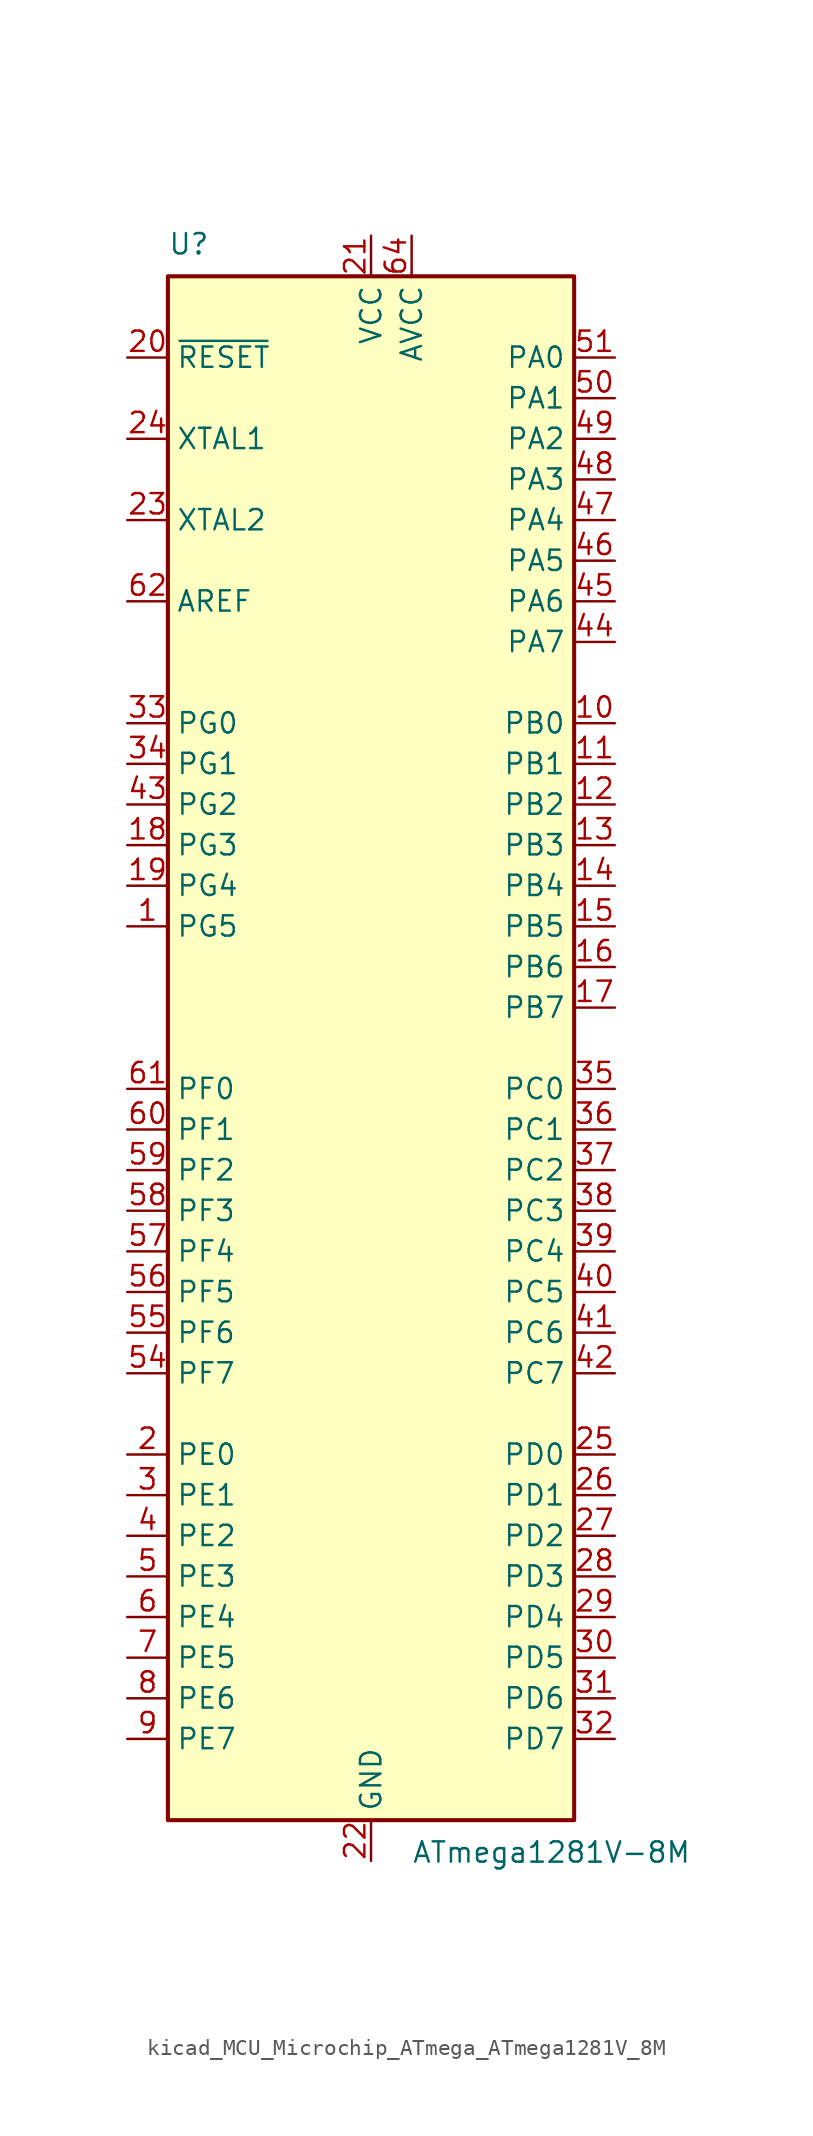
<source format=kicad_sym>
(kicad_symbol_lib
  (version 20220914)
  (generator kicad_symbol_editor)
  (symbol "kicad_MCU_Microchip_ATmega_ATmega1281V_8M"
    (property "Reference" "U"
      (at -12.7 49.53 0)
      (effects (font (size 1.27 1.27)) (justify left bottom)))
    (property "Value" "ATmega1281V-8M"
      (at 2.54 -49.53 0)
      (effects (font (size 1.27 1.27)) (justify left top)))
    (symbol "kicad_MCU_Microchip_ATmega_ATmega1281V_8M_0_1"
      (rectangle (start -12.7 -48.26) (end 12.7 48.26) (stroke (width 0.254) (type default)) (fill (type background))))
    (symbol "kicad_MCU_Microchip_ATmega_ATmega1281V_8M_1_1"
      (pin bidirectional line (at -15.24 7.62 0) (length 2.54) (name "PG5" (effects (font (size 1.27 1.27)))) (number "1" (effects (font (size 1.27 1.27)))))
      (pin bidirectional line (at 15.24 20.32 180) (length 2.54) (name "PB0" (effects (font (size 1.27 1.27)))) (number "10" (effects (font (size 1.27 1.27)))))
      (pin bidirectional line (at 15.24 17.78 180) (length 2.54) (name "PB1" (effects (font (size 1.27 1.27)))) (number "11" (effects (font (size 1.27 1.27)))))
      (pin bidirectional line (at 15.24 15.24 180) (length 2.54) (name "PB2" (effects (font (size 1.27 1.27)))) (number "12" (effects (font (size 1.27 1.27)))))
      (pin bidirectional line (at 15.24 12.7 180) (length 2.54) (name "PB3" (effects (font (size 1.27 1.27)))) (number "13" (effects (font (size 1.27 1.27)))))
      (pin bidirectional line (at 15.24 10.16 180) (length 2.54) (name "PB4" (effects (font (size 1.27 1.27)))) (number "14" (effects (font (size 1.27 1.27)))))
      (pin bidirectional line (at 15.24 7.62 180) (length 2.54) (name "PB5" (effects (font (size 1.27 1.27)))) (number "15" (effects (font (size 1.27 1.27)))))
      (pin bidirectional line (at 15.24 5.08 180) (length 2.54) (name "PB6" (effects (font (size 1.27 1.27)))) (number "16" (effects (font (size 1.27 1.27)))))
      (pin bidirectional line (at 15.24 2.54 180) (length 2.54) (name "PB7" (effects (font (size 1.27 1.27)))) (number "17" (effects (font (size 1.27 1.27)))))
      (pin bidirectional line (at -15.24 12.7 0) (length 2.54) (name "PG3" (effects (font (size 1.27 1.27)))) (number "18" (effects (font (size 1.27 1.27)))))
      (pin bidirectional line (at -15.24 10.16 0) (length 2.54) (name "PG4" (effects (font (size 1.27 1.27)))) (number "19" (effects (font (size 1.27 1.27)))))
      (pin bidirectional line (at -15.24 -25.4 0) (length 2.54) (name "PE0" (effects (font (size 1.27 1.27)))) (number "2" (effects (font (size 1.27 1.27)))))
      (pin input line (at -15.24 43.18 0) (length 2.54) (name "~{RESET}" (effects (font (size 1.27 1.27)))) (number "20" (effects (font (size 1.27 1.27)))))
      (pin power_in line (at 0 50.8 270) (length 2.54) (name "VCC" (effects (font (size 1.27 1.27)))) (number "21" (effects (font (size 1.27 1.27)))))
      (pin power_in line (at 0 -50.8 90) (length 2.54) (name "GND" (effects (font (size 1.27 1.27)))) (number "22" (effects (font (size 1.27 1.27)))))
      (pin output line (at -15.24 33.02 0) (length 2.54) (name "XTAL2" (effects (font (size 1.27 1.27)))) (number "23" (effects (font (size 1.27 1.27)))))
      (pin input line (at -15.24 38.1 0) (length 2.54) (name "XTAL1" (effects (font (size 1.27 1.27)))) (number "24" (effects (font (size 1.27 1.27)))))
      (pin bidirectional line (at 15.24 -25.4 180) (length 2.54) (name "PD0" (effects (font (size 1.27 1.27)))) (number "25" (effects (font (size 1.27 1.27)))))
      (pin bidirectional line (at 15.24 -27.94 180) (length 2.54) (name "PD1" (effects (font (size 1.27 1.27)))) (number "26" (effects (font (size 1.27 1.27)))))
      (pin bidirectional line (at 15.24 -30.48 180) (length 2.54) (name "PD2" (effects (font (size 1.27 1.27)))) (number "27" (effects (font (size 1.27 1.27)))))
      (pin bidirectional line (at 15.24 -33.02 180) (length 2.54) (name "PD3" (effects (font (size 1.27 1.27)))) (number "28" (effects (font (size 1.27 1.27)))))
      (pin bidirectional line (at 15.24 -35.56 180) (length 2.54) (name "PD4" (effects (font (size 1.27 1.27)))) (number "29" (effects (font (size 1.27 1.27)))))
      (pin bidirectional line (at -15.24 -27.94 0) (length 2.54) (name "PE1" (effects (font (size 1.27 1.27)))) (number "3" (effects (font (size 1.27 1.27)))))
      (pin bidirectional line (at 15.24 -38.1 180) (length 2.54) (name "PD5" (effects (font (size 1.27 1.27)))) (number "30" (effects (font (size 1.27 1.27)))))
      (pin bidirectional line (at 15.24 -40.64 180) (length 2.54) (name "PD6" (effects (font (size 1.27 1.27)))) (number "31" (effects (font (size 1.27 1.27)))))
      (pin bidirectional line (at 15.24 -43.18 180) (length 2.54) (name "PD7" (effects (font (size 1.27 1.27)))) (number "32" (effects (font (size 1.27 1.27)))))
      (pin bidirectional line (at -15.24 20.32 0) (length 2.54) (name "PG0" (effects (font (size 1.27 1.27)))) (number "33" (effects (font (size 1.27 1.27)))))
      (pin bidirectional line (at -15.24 17.78 0) (length 2.54) (name "PG1" (effects (font (size 1.27 1.27)))) (number "34" (effects (font (size 1.27 1.27)))))
      (pin bidirectional line (at 15.24 -2.54 180) (length 2.54) (name "PC0" (effects (font (size 1.27 1.27)))) (number "35" (effects (font (size 1.27 1.27)))))
      (pin bidirectional line (at 15.24 -5.08 180) (length 2.54) (name "PC1" (effects (font (size 1.27 1.27)))) (number "36" (effects (font (size 1.27 1.27)))))
      (pin bidirectional line (at 15.24 -7.62 180) (length 2.54) (name "PC2" (effects (font (size 1.27 1.27)))) (number "37" (effects (font (size 1.27 1.27)))))
      (pin bidirectional line (at 15.24 -10.16 180) (length 2.54) (name "PC3" (effects (font (size 1.27 1.27)))) (number "38" (effects (font (size 1.27 1.27)))))
      (pin bidirectional line (at 15.24 -12.7 180) (length 2.54) (name "PC4" (effects (font (size 1.27 1.27)))) (number "39" (effects (font (size 1.27 1.27)))))
      (pin bidirectional line (at -15.24 -30.48 0) (length 2.54) (name "PE2" (effects (font (size 1.27 1.27)))) (number "4" (effects (font (size 1.27 1.27)))))
      (pin bidirectional line (at 15.24 -15.24 180) (length 2.54) (name "PC5" (effects (font (size 1.27 1.27)))) (number "40" (effects (font (size 1.27 1.27)))))
      (pin bidirectional line (at 15.24 -17.78 180) (length 2.54) (name "PC6" (effects (font (size 1.27 1.27)))) (number "41" (effects (font (size 1.27 1.27)))))
      (pin bidirectional line (at 15.24 -20.32 180) (length 2.54) (name "PC7" (effects (font (size 1.27 1.27)))) (number "42" (effects (font (size 1.27 1.27)))))
      (pin bidirectional line (at -15.24 15.24 0) (length 2.54) (name "PG2" (effects (font (size 1.27 1.27)))) (number "43" (effects (font (size 1.27 1.27)))))
      (pin bidirectional line (at 15.24 25.4 180) (length 2.54) (name "PA7" (effects (font (size 1.27 1.27)))) (number "44" (effects (font (size 1.27 1.27)))))
      (pin bidirectional line (at 15.24 27.94 180) (length 2.54) (name "PA6" (effects (font (size 1.27 1.27)))) (number "45" (effects (font (size 1.27 1.27)))))
      (pin bidirectional line (at 15.24 30.48 180) (length 2.54) (name "PA5" (effects (font (size 1.27 1.27)))) (number "46" (effects (font (size 1.27 1.27)))))
      (pin bidirectional line (at 15.24 33.02 180) (length 2.54) (name "PA4" (effects (font (size 1.27 1.27)))) (number "47" (effects (font (size 1.27 1.27)))))
      (pin bidirectional line (at 15.24 35.56 180) (length 2.54) (name "PA3" (effects (font (size 1.27 1.27)))) (number "48" (effects (font (size 1.27 1.27)))))
      (pin bidirectional line (at 15.24 38.1 180) (length 2.54) (name "PA2" (effects (font (size 1.27 1.27)))) (number "49" (effects (font (size 1.27 1.27)))))
      (pin bidirectional line (at -15.24 -33.02 0) (length 2.54) (name "PE3" (effects (font (size 1.27 1.27)))) (number "5" (effects (font (size 1.27 1.27)))))
      (pin bidirectional line (at 15.24 40.64 180) (length 2.54) (name "PA1" (effects (font (size 1.27 1.27)))) (number "50" (effects (font (size 1.27 1.27)))))
      (pin bidirectional line (at 15.24 43.18 180) (length 2.54) (name "PA0" (effects (font (size 1.27 1.27)))) (number "51" (effects (font (size 1.27 1.27)))))
      (pin passive line (at 0 50.8 270) (length 2.54) hide (name "VCC" (effects (font (size 1.27 1.27)))) (number "52" (effects (font (size 1.27 1.27)))))
      (pin passive line (at 0 -50.8 90) (length 2.54) hide (name "GND" (effects (font (size 1.27 1.27)))) (number "53" (effects (font (size 1.27 1.27)))))
      (pin bidirectional line (at -15.24 -20.32 0) (length 2.54) (name "PF7" (effects (font (size 1.27 1.27)))) (number "54" (effects (font (size 1.27 1.27)))))
      (pin bidirectional line (at -15.24 -17.78 0) (length 2.54) (name "PF6" (effects (font (size 1.27 1.27)))) (number "55" (effects (font (size 1.27 1.27)))))
      (pin bidirectional line (at -15.24 -15.24 0) (length 2.54) (name "PF5" (effects (font (size 1.27 1.27)))) (number "56" (effects (font (size 1.27 1.27)))))
      (pin bidirectional line (at -15.24 -12.7 0) (length 2.54) (name "PF4" (effects (font (size 1.27 1.27)))) (number "57" (effects (font (size 1.27 1.27)))))
      (pin bidirectional line (at -15.24 -10.16 0) (length 2.54) (name "PF3" (effects (font (size 1.27 1.27)))) (number "58" (effects (font (size 1.27 1.27)))))
      (pin bidirectional line (at -15.24 -7.62 0) (length 2.54) (name "PF2" (effects (font (size 1.27 1.27)))) (number "59" (effects (font (size 1.27 1.27)))))
      (pin bidirectional line (at -15.24 -35.56 0) (length 2.54) (name "PE4" (effects (font (size 1.27 1.27)))) (number "6" (effects (font (size 1.27 1.27)))))
      (pin bidirectional line (at -15.24 -5.08 0) (length 2.54) (name "PF1" (effects (font (size 1.27 1.27)))) (number "60" (effects (font (size 1.27 1.27)))))
      (pin bidirectional line (at -15.24 -2.54 0) (length 2.54) (name "PF0" (effects (font (size 1.27 1.27)))) (number "61" (effects (font (size 1.27 1.27)))))
      (pin passive line (at -15.24 27.94 0) (length 2.54) (name "AREF" (effects (font (size 1.27 1.27)))) (number "62" (effects (font (size 1.27 1.27)))))
      (pin passive line (at 0 -50.8 90) (length 2.54) hide (name "GND" (effects (font (size 1.27 1.27)))) (number "63" (effects (font (size 1.27 1.27)))))
      (pin power_in line (at 2.54 50.8 270) (length 2.54) (name "AVCC" (effects (font (size 1.27 1.27)))) (number "64" (effects (font (size 1.27 1.27)))))
      (pin passive line (at 0 -50.8 90) (length 2.54) hide (name "GND" (effects (font (size 1.27 1.27)))) (number "65" (effects (font (size 1.27 1.27)))))
      (pin bidirectional line (at -15.24 -38.1 0) (length 2.54) (name "PE5" (effects (font (size 1.27 1.27)))) (number "7" (effects (font (size 1.27 1.27)))))
      (pin bidirectional line (at -15.24 -40.64 0) (length 2.54) (name "PE6" (effects (font (size 1.27 1.27)))) (number "8" (effects (font (size 1.27 1.27)))))
      (pin bidirectional line (at -15.24 -43.18 0) (length 2.54) (name "PE7" (effects (font (size 1.27 1.27)))) (number "9" (effects (font (size 1.27 1.27))))))))
</source>
